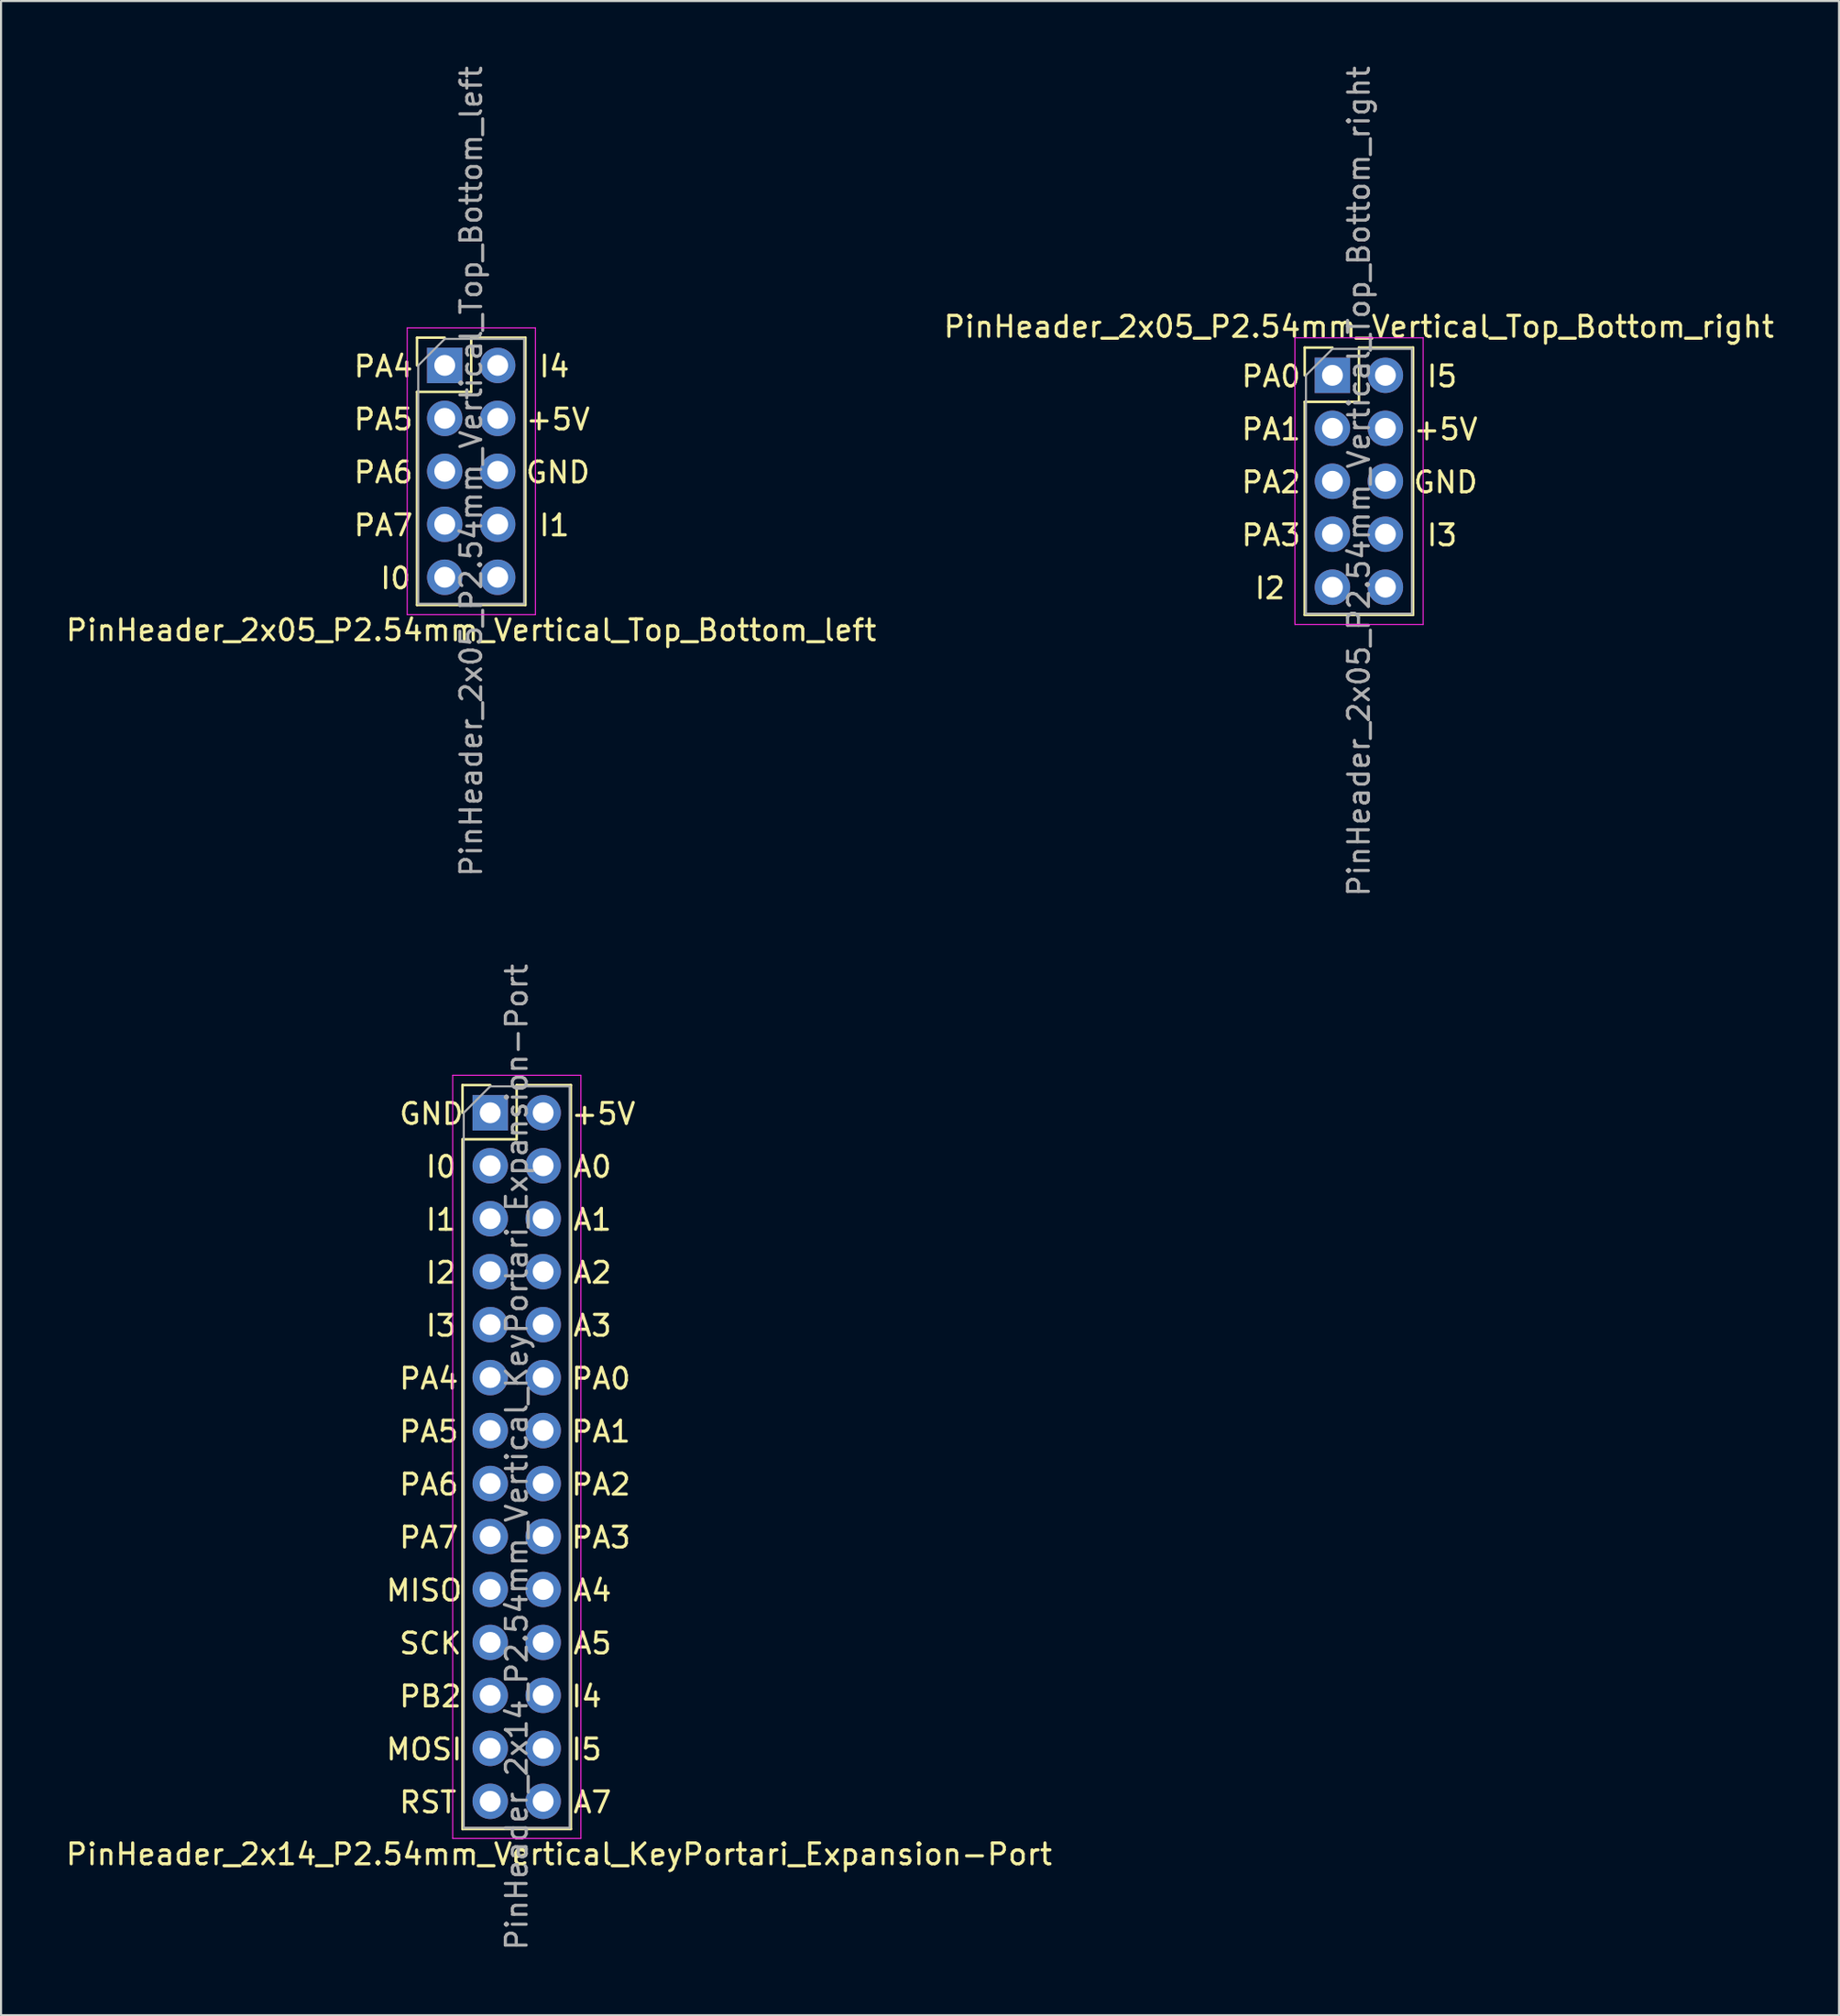
<source format=kicad_pcb>
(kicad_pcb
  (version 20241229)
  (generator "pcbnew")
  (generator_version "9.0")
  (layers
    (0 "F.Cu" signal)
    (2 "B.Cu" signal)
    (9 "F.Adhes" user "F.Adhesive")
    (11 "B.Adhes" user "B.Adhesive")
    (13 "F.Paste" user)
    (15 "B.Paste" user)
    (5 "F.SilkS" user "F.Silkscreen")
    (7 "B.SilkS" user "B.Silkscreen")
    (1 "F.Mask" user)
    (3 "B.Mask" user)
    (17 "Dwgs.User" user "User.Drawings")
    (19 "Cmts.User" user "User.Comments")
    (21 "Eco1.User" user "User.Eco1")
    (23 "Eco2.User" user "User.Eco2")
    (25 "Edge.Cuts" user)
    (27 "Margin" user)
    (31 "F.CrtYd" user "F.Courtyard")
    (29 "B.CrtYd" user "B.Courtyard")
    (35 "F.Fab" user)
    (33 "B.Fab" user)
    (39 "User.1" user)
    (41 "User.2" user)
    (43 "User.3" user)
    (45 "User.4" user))
  (footprint "PinHeader_2x05_P2.54mm_Vertical_Top_Bottom_left"
    (layer "F.Cu")
    (at 18.284 14.474)
    (property "Reference" "PinHeader_2x05_P2.54mm_Vertical_Top_Bottom_left" (at 1.27 12.7 0) (layer "F.SilkS") (effects (font (size 1 1) (thickness 0.15))))
    (attr through_hole)
    (fp_line (start -1.33 -1.33) (end 0 -1.33) (stroke (width 0.12) (type solid)) (layer "F.SilkS"))
    (fp_line (start -1.33 0) (end -1.33 -1.33) (stroke (width 0.12) (type solid)) (layer "F.SilkS"))
    (fp_line (start -1.33 1.27) (end -1.33 11.49) (stroke (width 0.12) (type solid)) (layer "F.SilkS"))
    (fp_line (start -1.33 1.27) (end 1.27 1.27) (stroke (width 0.12) (type solid)) (layer "F.SilkS"))
    (fp_line (start -1.33 11.49) (end 3.87 11.49) (stroke (width 0.12) (type solid)) (layer "F.SilkS"))
    (fp_line (start 1.27 -1.33) (end 3.87 -1.33) (stroke (width 0.12) (type solid)) (layer "F.SilkS"))
    (fp_line (start 1.27 1.27) (end 1.27 -1.33) (stroke (width 0.12) (type solid)) (layer "F.SilkS"))
    (fp_line (start 3.87 -1.33) (end 3.87 11.49) (stroke (width 0.12) (type solid)) (layer "F.SilkS"))
    (fp_line (start -1.8 -1.8) (end -1.8 11.95) (stroke (width 0.05) (type solid)) (layer "F.CrtYd"))
    (fp_line (start -1.8 11.95) (end 4.35 11.95) (stroke (width 0.05) (type solid)) (layer "F.CrtYd"))
    (fp_line (start 4.35 -1.8) (end -1.8 -1.8) (stroke (width 0.05) (type solid)) (layer "F.CrtYd"))
    (fp_line (start 4.35 11.95) (end 4.35 -1.8) (stroke (width 0.05) (type solid)) (layer "F.CrtYd"))
    (fp_line (start -1.27 0) (end 0 -1.27) (stroke (width 0.1) (type solid)) (layer "F.Fab"))
    (fp_line (start -1.27 11.43) (end -1.27 0) (stroke (width 0.1) (type solid)) (layer "F.Fab"))
    (fp_line (start 0 -1.27) (end 3.81 -1.27) (stroke (width 0.1) (type solid)) (layer "F.Fab"))
    (fp_line (start 3.81 -1.27) (end 3.81 11.43) (stroke (width 0.1) (type solid)) (layer "F.Fab"))
    (fp_line (start 3.81 11.43) (end -1.27 11.43) (stroke (width 0.1) (type solid)) (layer "F.Fab"))
    (fp_text user "PA5" (at -4.445 3.175 0) (unlocked yes) (layer "F.SilkS") (effects (font (size 1 1) (thickness 0.15)) (justify left bottom)))
    (fp_text user "I4" (at 4.445 0.635 0) (unlocked yes) (layer "F.SilkS") (effects (font (size 1 1) (thickness 0.15)) (justify left bottom)))
    (fp_text user "GND" (at 3.81 5.715 0) (unlocked yes) (layer "F.SilkS") (effects (font (size 1 1) (thickness 0.15)) (justify left bottom)))
    (fp_text user "PA7" (at -4.445 8.255 0) (unlocked yes) (layer "F.SilkS") (effects (font (size 1 1) (thickness 0.15)) (justify left bottom)))
    (fp_text user "PA4" (at -4.445 0.635 0) (unlocked yes) (layer "F.SilkS") (effects (font (size 1 1) (thickness 0.15)) (justify left bottom)))
    (fp_text user "I1" (at 4.445 8.255 0) (unlocked yes) (layer "F.SilkS") (effects (font (size 1 1) (thickness 0.15)) (justify left bottom)))
    (fp_text user "PA6" (at -4.445 5.715 0) (unlocked yes) (layer "F.SilkS") (effects (font (size 1 1) (thickness 0.15)) (justify left bottom)))
    (fp_text user "I0" (at -3.175 10.795 0) (unlocked yes) (layer "F.SilkS") (effects (font (size 1 1) (thickness 0.15)) (justify left bottom)))
    (fp_text user "+5V" (at 3.81 3.175 0) (unlocked yes) (layer "F.SilkS") (effects (font (size 1 1) (thickness 0.15)) (justify left bottom)))
    (fp_text user "${REFERENCE}" (at 1.27 5.08 270) (layer "F.Fab") (effects (font (size 1 1) (thickness 0.15))))
    (pad "1" thru_hole rect (at 0 0) (size 1.7 1.7) (drill 1) (layers "*.Cu" "*.Mask"))
    (pad "2" thru_hole oval (at 0 2.54) (size 1.7 1.7) (drill 1) (layers "*.Cu" "*.Mask"))
    (pad "3" thru_hole oval (at 0 5.08) (size 1.7 1.7) (drill 1) (layers "*.Cu" "*.Mask"))
    (pad "4" thru_hole oval (at 0 7.62) (size 1.7 1.7) (drill 1) (layers "*.Cu" "*.Mask"))
    (pad "5" thru_hole oval (at 0 10.16) (size 1.7 1.7) (drill 1) (layers "*.Cu" "*.Mask"))
    (pad "6" thru_hole oval (at 2.54 0) (size 1.7 1.7) (drill 1) (layers "*.Cu" "*.Mask"))
    (pad "7" thru_hole oval (at 2.54 2.54) (size 1.7 1.7) (drill 1) (layers "*.Cu" "*.Mask"))
    (pad "8" thru_hole oval (at 2.54 5.08) (size 1.7 1.7) (drill 1) (layers "*.Cu" "*.Mask"))
    (pad "9" thru_hole oval (at 2.54 7.62) (size 1.7 1.7) (drill 1) (layers "*.Cu" "*.Mask"))
    (pad "10" thru_hole oval (at 2.54 10.16) (size 1.7 1.7) (drill 1) (layers "*.Cu" "*.Mask")))
  (footprint "PinHeader_2x14_P2.54mm_Vertical_KeyPortari_Expansion-Port"
    (layer "F.Cu")
    (at 20.466 50.317)
    (property "Reference" "PinHeader_2x14_P2.54mm_Vertical_KeyPortari_Expansion-Port" (at 3.302 35.56 0) (layer "F.SilkS") (effects (font (size 1 1) (thickness 0.15))))
    (attr through_hole)
    (fp_line (start -1.33 -1.33) (end 0 -1.33) (stroke (width 0.12) (type solid)) (layer "F.SilkS"))
    (fp_line (start -1.33 0) (end -1.33 -1.33) (stroke (width 0.12) (type solid)) (layer "F.SilkS"))
    (fp_line (start -1.33 1.27) (end -1.33 34.35) (stroke (width 0.12) (type solid)) (layer "F.SilkS"))
    (fp_line (start -1.33 1.27) (end 1.27 1.27) (stroke (width 0.12) (type solid)) (layer "F.SilkS"))
    (fp_line (start -1.33 34.35) (end 3.87 34.35) (stroke (width 0.12) (type solid)) (layer "F.SilkS"))
    (fp_line (start 1.27 -1.33) (end 3.87 -1.33) (stroke (width 0.12) (type solid)) (layer "F.SilkS"))
    (fp_line (start 1.27 1.27) (end 1.27 -1.33) (stroke (width 0.12) (type solid)) (layer "F.SilkS"))
    (fp_line (start 3.87 -1.33) (end 3.87 34.35) (stroke (width 0.12) (type solid)) (layer "F.SilkS"))
    (fp_line (start -1.8 -1.8) (end -1.8 34.8) (stroke (width 0.05) (type solid)) (layer "F.CrtYd"))
    (fp_line (start -1.8 34.8) (end 4.35 34.8) (stroke (width 0.05) (type solid)) (layer "F.CrtYd"))
    (fp_line (start 4.35 -1.8) (end -1.8 -1.8) (stroke (width 0.05) (type solid)) (layer "F.CrtYd"))
    (fp_line (start 4.35 34.8) (end 4.35 -1.8) (stroke (width 0.05) (type solid)) (layer "F.CrtYd"))
    (fp_line (start -1.27 0) (end 0 -1.27) (stroke (width 0.1) (type solid)) (layer "F.Fab"))
    (fp_line (start -1.27 34.29) (end -1.27 0) (stroke (width 0.1) (type solid)) (layer "F.Fab"))
    (fp_line (start 0 -1.27) (end 3.81 -1.27) (stroke (width 0.1) (type solid)) (layer "F.Fab"))
    (fp_line (start 3.81 -1.27) (end 3.81 34.29) (stroke (width 0.1) (type solid)) (layer "F.Fab"))
    (fp_line (start 3.81 34.29) (end -1.27 34.29) (stroke (width 0.1) (type solid)) (layer "F.Fab"))
    (fp_text user "A3" (at 3.9 10.795 0) (unlocked yes) (layer "F.SilkS") (effects (font (size 1 1) (thickness 0.15)) (justify left bottom)))
    (fp_text user "PA1" (at 3.81 15.875 0) (unlocked yes) (layer "F.SilkS") (effects (font (size 1 1) (thickness 0.15)) (justify left bottom)))
    (fp_text user "PA2" (at 3.81 18.415 0) (unlocked yes) (layer "F.SilkS") (effects (font (size 1 1) (thickness 0.15)) (justify left bottom)))
    (fp_text user "A0" (at 3.9 3.175 0) (unlocked yes) (layer "F.SilkS") (effects (font (size 1 1) (thickness 0.15)) (justify left bottom)))
    (fp_text user "GND" (at -4.445 0.635 0) (unlocked yes) (layer "F.SilkS") (effects (font (size 1 1) (thickness 0.15)) (justify left bottom)))
    (fp_text user "PA7" (at -4.445 20.955 0) (unlocked yes) (layer "F.SilkS") (effects (font (size 1 1) (thickness 0.15)) (justify left bottom)))
    (fp_text user "PA0" (at 3.81 13.335 0) (unlocked yes) (layer "F.SilkS") (effects (font (size 1 1) (thickness 0.15)) (justify left bottom)))
    (fp_text user "MOSI" (at -5.08 31.115 0) (unlocked yes) (layer "F.SilkS") (effects (font (size 1 1) (thickness 0.15)) (justify left bottom)))
    (fp_text user "A7" (at 3.9 33.655 0) (unlocked yes) (layer "F.SilkS") (effects (font (size 1 1) (thickness 0.15)) (justify left bottom)))
    (fp_text user "I5" (at 3.81 31.115 0) (unlocked yes) (layer "F.SilkS") (effects (font (size 1 1) (thickness 0.15)) (justify left bottom)))
    (fp_text user "PA6" (at -4.445 18.415 0) (unlocked yes) (layer "F.SilkS") (effects (font (size 1 1) (thickness 0.15)) (justify left bottom)))
    (fp_text user "I4" (at 3.81 28.575 0) (unlocked yes) (layer "F.SilkS") (effects (font (size 1 1) (thickness 0.15)) (justify left bottom)))
    (fp_text user "+5V" (at 3.81 0.635 0) (unlocked yes) (layer "F.SilkS") (effects (font (size 1 1) (thickness 0.15)) (justify left bottom)))
    (fp_text user "PB2" (at -4.445 28.575 0) (unlocked yes) (layer "F.SilkS") (effects (font (size 1 1) (thickness 0.15)) (justify left bottom)))
    (fp_text user "I1" (at -3.175 5.715 0) (unlocked yes) (layer "F.SilkS") (effects (font (size 1 1) (thickness 0.15)) (justify left bottom)))
    (fp_text user "I3" (at -3.175 10.795 0) (unlocked yes) (layer "F.SilkS") (effects (font (size 1 1) (thickness 0.15)) (justify left bottom)))
    (fp_text user "A4" (at 3.9 23.495 0) (unlocked yes) (layer "F.SilkS") (effects (font (size 1 1) (thickness 0.15)) (justify left bottom)))
    (fp_text user "A2" (at 3.9 8.255 0) (unlocked yes) (layer "F.SilkS") (effects (font (size 1 1) (thickness 0.15)) (justify left bottom)))
    (fp_text user "PA4" (at -4.445 13.335 0) (unlocked yes) (layer "F.SilkS") (effects (font (size 1 1) (thickness 0.15)) (justify left bottom)))
    (fp_text user "A1" (at 3.9 5.715 0) (unlocked yes) (layer "F.SilkS") (effects (font (size 1 1) (thickness 0.15)) (justify left bottom)))
    (fp_text user "A5" (at 3.9 26.035 0) (unlocked yes) (layer "F.SilkS") (effects (font (size 1 1) (thickness 0.15)) (justify left bottom)))
    (fp_text user "MISO" (at -5.08 23.495 0) (unlocked yes) (layer "F.SilkS") (effects (font (size 1 1) (thickness 0.15)) (justify left bottom)))
    (fp_text user "RST" (at -4.445 33.655 0) (unlocked yes) (layer "F.SilkS") (effects (font (size 1 1) (thickness 0.15)) (justify left bottom)))
    (fp_text user "I2" (at -3.175 8.255 0) (unlocked yes) (layer "F.SilkS") (effects (font (size 1 1) (thickness 0.15)) (justify left bottom)))
    (fp_text user "SCK" (at -4.445 26.035 0) (unlocked yes) (layer "F.SilkS") (effects (font (size 1 1) (thickness 0.15)) (justify left bottom)))
    (fp_text user "PA5" (at -4.445 15.875 0) (unlocked yes) (layer "F.SilkS") (effects (font (size 1 1) (thickness 0.15)) (justify left bottom)))
    (fp_text user "I0" (at -3.175 3.175 0) (unlocked yes) (layer "F.SilkS") (effects (font (size 1 1) (thickness 0.15)) (justify left bottom)))
    (fp_text user "PA3" (at 3.81 20.955 0) (unlocked yes) (layer "F.SilkS") (effects (font (size 1 1) (thickness 0.15)) (justify left bottom)))
    (fp_text user "${REFERENCE}" (at 1.27 16.51 90) (layer "F.Fab") (effects (font (size 1 1) (thickness 0.15))))
    (pad "1" thru_hole rect (at 0 0) (size 1.7 1.7) (drill 1) (layers "*.Cu" "*.Mask"))
    (pad "2" thru_hole oval (at 2.54 0) (size 1.7 1.7) (drill 1) (layers "*.Cu" "*.Mask"))
    (pad "3" thru_hole oval (at 0 2.54) (size 1.7 1.7) (drill 1) (layers "*.Cu" "*.Mask"))
    (pad "4" thru_hole oval (at 2.54 2.54) (size 1.7 1.7) (drill 1) (layers "*.Cu" "*.Mask"))
    (pad "5" thru_hole oval (at 0 5.08) (size 1.7 1.7) (drill 1) (layers "*.Cu" "*.Mask"))
    (pad "6" thru_hole oval (at 2.54 5.08) (size 1.7 1.7) (drill 1) (layers "*.Cu" "*.Mask"))
    (pad "7" thru_hole oval (at 0 7.62) (size 1.7 1.7) (drill 1) (layers "*.Cu" "*.Mask"))
    (pad "8" thru_hole oval (at 2.54 7.62) (size 1.7 1.7) (drill 1) (layers "*.Cu" "*.Mask"))
    (pad "9" thru_hole oval (at 0 10.16) (size 1.7 1.7) (drill 1) (layers "*.Cu" "*.Mask"))
    (pad "10" thru_hole oval (at 2.54 10.16) (size 1.7 1.7) (drill 1) (layers "*.Cu" "*.Mask"))
    (pad "11" thru_hole oval (at 0 12.7) (size 1.7 1.7) (drill 1) (layers "*.Cu" "*.Mask"))
    (pad "12" thru_hole oval (at 2.54 12.7) (size 1.7 1.7) (drill 1) (layers "*.Cu" "*.Mask"))
    (pad "13" thru_hole oval (at 0 15.24) (size 1.7 1.7) (drill 1) (layers "*.Cu" "*.Mask"))
    (pad "14" thru_hole oval (at 2.54 15.24) (size 1.7 1.7) (drill 1) (layers "*.Cu" "*.Mask"))
    (pad "15" thru_hole oval (at 0 17.78) (size 1.7 1.7) (drill 1) (layers "*.Cu" "*.Mask"))
    (pad "16" thru_hole oval (at 2.54 17.78) (size 1.7 1.7) (drill 1) (layers "*.Cu" "*.Mask"))
    (pad "17" thru_hole oval (at 0 20.32) (size 1.7 1.7) (drill 1) (layers "*.Cu" "*.Mask"))
    (pad "18" thru_hole oval (at 2.54 20.32) (size 1.7 1.7) (drill 1) (layers "*.Cu" "*.Mask"))
    (pad "19" thru_hole oval (at 0 22.86) (size 1.7 1.7) (drill 1) (layers "*.Cu" "*.Mask"))
    (pad "20" thru_hole oval (at 2.54 22.86) (size 1.7 1.7) (drill 1) (layers "*.Cu" "*.Mask"))
    (pad "21" thru_hole oval (at 0 25.4) (size 1.7 1.7) (drill 1) (layers "*.Cu" "*.Mask"))
    (pad "22" thru_hole oval (at 2.54 25.4) (size 1.7 1.7) (drill 1) (layers "*.Cu" "*.Mask"))
    (pad "23" thru_hole oval (at 0 27.94) (size 1.7 1.7) (drill 1) (layers "*.Cu" "*.Mask"))
    (pad "24" thru_hole oval (at 2.54 27.94) (size 1.7 1.7) (drill 1) (layers "*.Cu" "*.Mask"))
    (pad "25" thru_hole oval (at 0 30.48) (size 1.7 1.7) (drill 1) (layers "*.Cu" "*.Mask"))
    (pad "26" thru_hole oval (at 2.54 30.48) (size 1.7 1.7) (drill 1) (layers "*.Cu" "*.Mask"))
    (pad "27" thru_hole oval (at 0 33.02) (size 1.7 1.7) (drill 1) (layers "*.Cu" "*.Mask"))
    (pad "28" thru_hole oval (at 2.54 33.02) (size 1.7 1.7) (drill 1) (layers "*.Cu" "*.Mask")))
  (footprint "PinHeader_2x05_P2.54mm_Vertical_Top_Bottom_right"
    (layer "F.Cu")
    (at 60.867 14.95)
    (property "Reference" "PinHeader_2x05_P2.54mm_Vertical_Top_Bottom_right" (at 1.27 -2.33 0) (layer "F.SilkS") (effects (font (size 1 1) (thickness 0.15))))
    (attr through_hole)
    (fp_line (start -1.33 -1.33) (end 0 -1.33) (stroke (width 0.12) (type solid)) (layer "F.SilkS"))
    (fp_line (start -1.33 0) (end -1.33 -1.33) (stroke (width 0.12) (type solid)) (layer "F.SilkS"))
    (fp_line (start -1.33 1.27) (end -1.33 11.49) (stroke (width 0.12) (type solid)) (layer "F.SilkS"))
    (fp_line (start -1.33 1.27) (end 1.27 1.27) (stroke (width 0.12) (type solid)) (layer "F.SilkS"))
    (fp_line (start -1.33 11.49) (end 3.87 11.49) (stroke (width 0.12) (type solid)) (layer "F.SilkS"))
    (fp_line (start 1.27 -1.33) (end 3.87 -1.33) (stroke (width 0.12) (type solid)) (layer "F.SilkS"))
    (fp_line (start 1.27 1.27) (end 1.27 -1.33) (stroke (width 0.12) (type solid)) (layer "F.SilkS"))
    (fp_line (start 3.87 -1.33) (end 3.87 11.49) (stroke (width 0.12) (type solid)) (layer "F.SilkS"))
    (fp_line (start -1.8 -1.8) (end -1.8 11.95) (stroke (width 0.05) (type solid)) (layer "F.CrtYd"))
    (fp_line (start -1.8 11.95) (end 4.35 11.95) (stroke (width 0.05) (type solid)) (layer "F.CrtYd"))
    (fp_line (start 4.35 -1.8) (end -1.8 -1.8) (stroke (width 0.05) (type solid)) (layer "F.CrtYd"))
    (fp_line (start 4.35 11.95) (end 4.35 -1.8) (stroke (width 0.05) (type solid)) (layer "F.CrtYd"))
    (fp_line (start -1.27 0) (end 0 -1.27) (stroke (width 0.1) (type solid)) (layer "F.Fab"))
    (fp_line (start -1.27 11.43) (end -1.27 0) (stroke (width 0.1) (type solid)) (layer "F.Fab"))
    (fp_line (start 0 -1.27) (end 3.81 -1.27) (stroke (width 0.1) (type solid)) (layer "F.Fab"))
    (fp_line (start 3.81 -1.27) (end 3.81 11.43) (stroke (width 0.1) (type solid)) (layer "F.Fab"))
    (fp_line (start 3.81 11.43) (end -1.27 11.43) (stroke (width 0.1) (type solid)) (layer "F.Fab"))
    (fp_text user "GND" (at 3.81 5.715 0) (unlocked yes) (layer "F.SilkS") (effects (font (size 1 1) (thickness 0.15)) (justify left bottom)))
    (fp_text user "+5V" (at 3.81 3.175 0) (unlocked yes) (layer "F.SilkS") (effects (font (size 1 1) (thickness 0.15)) (justify left bottom)))
    (fp_text user "PA2" (at -4.445 5.715 0) (unlocked yes) (layer "F.SilkS") (effects (font (size 1 1) (thickness 0.15)) (justify left bottom)))
    (fp_text user "I5" (at 4.445 0.635 0) (unlocked yes) (layer "F.SilkS") (effects (font (size 1 1) (thickness 0.15)) (justify left bottom)))
    (fp_text user "I2" (at -3.81 10.795 0) (unlocked yes) (layer "F.SilkS") (effects (font (size 1 1) (thickness 0.15)) (justify left bottom)))
    (fp_text user "PA3" (at -4.445 8.255 0) (unlocked yes) (layer "F.SilkS") (effects (font (size 1 1) (thickness 0.15)) (justify left bottom)))
    (fp_text user "PA1" (at -4.445 3.175 0) (unlocked yes) (layer "F.SilkS") (effects (font (size 1 1) (thickness 0.15)) (justify left bottom)))
    (fp_text user "I3" (at 4.445 8.255 0) (unlocked yes) (layer "F.SilkS") (effects (font (size 1 1) (thickness 0.15)) (justify left bottom)))
    (fp_text user "PA0" (at -4.445 0.635 0) (unlocked yes) (layer "F.SilkS") (effects (font (size 1 1) (thickness 0.15)) (justify left bottom)))
    (fp_text user "${REFERENCE}" (at 1.27 5.08 270) (layer "F.Fab") (effects (font (size 1 1) (thickness 0.15))))
    (pad "1" thru_hole rect (at 0 0) (size 1.7 1.7) (drill 1) (layers "*.Cu" "*.Mask"))
    (pad "2" thru_hole oval (at 0 2.54) (size 1.7 1.7) (drill 1) (layers "*.Cu" "*.Mask"))
    (pad "3" thru_hole oval (at 0 5.08) (size 1.7 1.7) (drill 1) (layers "*.Cu" "*.Mask"))
    (pad "4" thru_hole oval (at 0 7.62) (size 1.7 1.7) (drill 1) (layers "*.Cu" "*.Mask"))
    (pad "5" thru_hole oval (at 0 10.16) (size 1.7 1.7) (drill 1) (layers "*.Cu" "*.Mask"))
    (pad "6" thru_hole oval (at 2.54 0) (size 1.7 1.7) (drill 1) (layers "*.Cu" "*.Mask"))
    (pad "7" thru_hole oval (at 2.54 2.54) (size 1.7 1.7) (drill 1) (layers "*.Cu" "*.Mask"))
    (pad "8" thru_hole oval (at 2.54 5.08) (size 1.7 1.7) (drill 1) (layers "*.Cu" "*.Mask"))
    (pad "9" thru_hole oval (at 2.54 7.62) (size 1.7 1.7) (drill 1) (layers "*.Cu" "*.Mask"))
    (pad "10" thru_hole oval (at 2.54 10.16) (size 1.7 1.7) (drill 1) (layers "*.Cu" "*.Mask")))
  (gr_rect
    (start -3 -3)
    (end 85.167 93.595)
    (stroke (width 0.1) (type default))
    (fill no)
    (layer "Edge.Cuts")))
</source>
